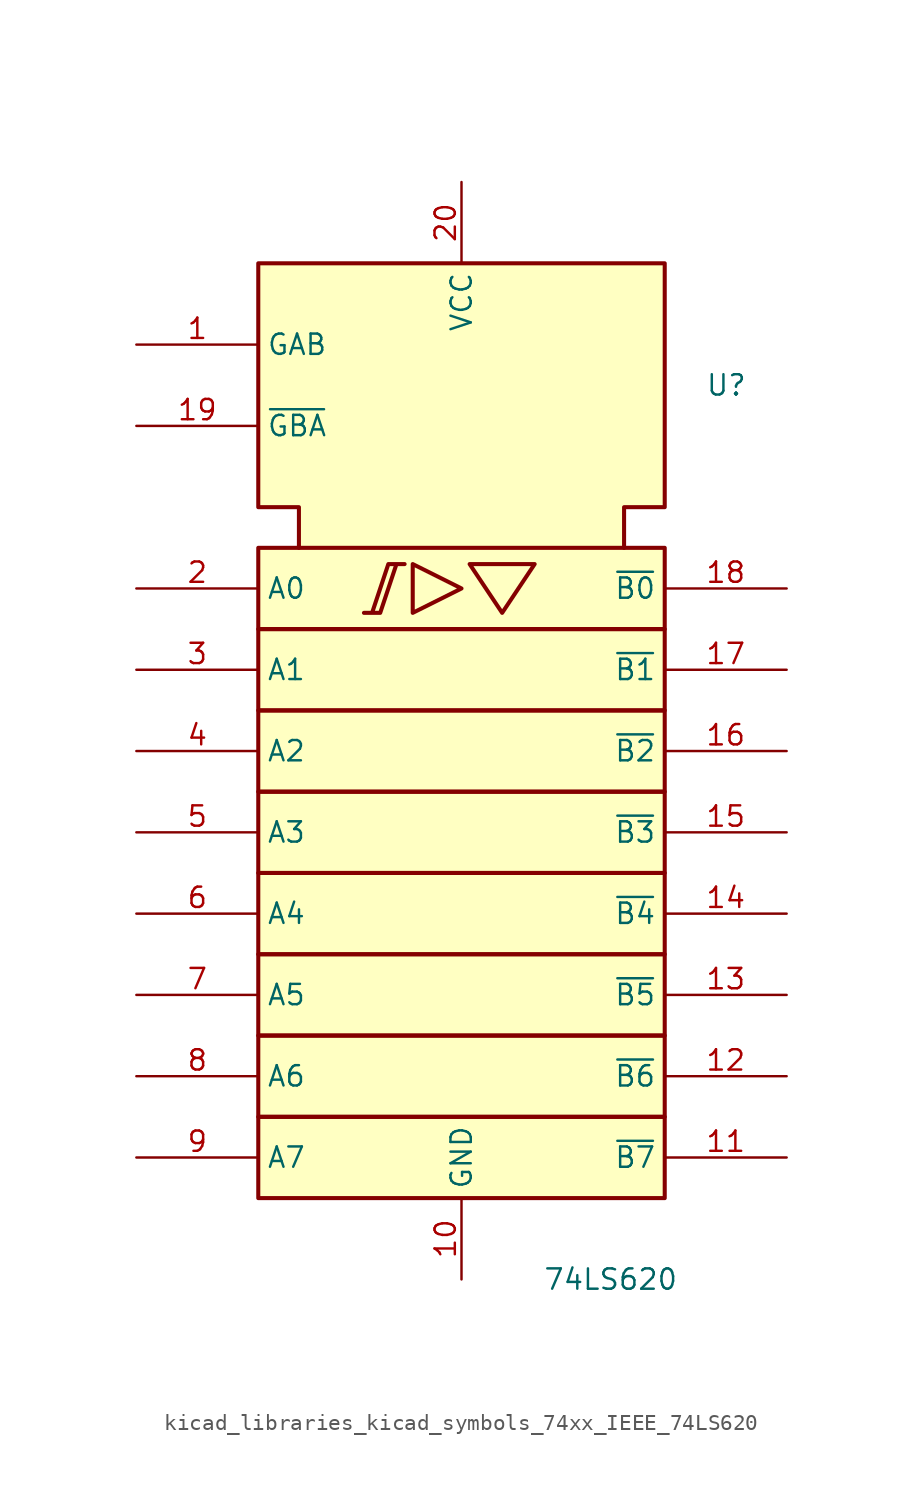
<source format=kicad_sym>
(kicad_symbol_lib
  (version 20220914)
  (generator kicad_symbol_editor)
  (symbol "kicad_libraries_kicad_symbols_74xx_IEEE_74LS620"
    (property "Reference" "U"
      (at 15.24 25.4 0)
      (effects (font (size 1.27 1.27)) (justify left)))
    (property "Value" "74LS620"
      (at 5.08 -30.48 0)
      (effects (font (size 1.27 1.27)) (justify left)))
    (symbol "kicad_libraries_kicad_symbols_74xx_IEEE_74LS620_0_0"
      (polyline (pts (xy -3.048 14.224) (xy -3.048 11.176) (xy 0 12.7) (xy -3.048 14.224) (xy -3.048 14.224)) (stroke (width 0.254) (type default)) (fill (type background)))
      (polyline (pts (xy 0.508 14.224) (xy 4.572 14.224) (xy 2.54 11.176) (xy 0.508 14.224) (xy 0.508 14.224)) (stroke (width 0.254) (type default)) (fill (type background)))
      (polyline (pts (xy -5.08 11.176) (xy -6.096 11.176) (xy -5.08 11.176) (xy -4.064 14.224) (xy -3.556 14.224) (xy -4.572 14.224) (xy -5.588 11.176) (xy -5.588 11.176)) (stroke (width 0.254) (type default)) (fill (type background)))
      (pin power_in line (at 0 -30.48 90) (length 5.08) (name "GND" (effects (font (size 1.27 1.27)))) (number "10" (effects (font (size 1.27 1.27)))))
      (pin power_in line (at 0 38.1 270) (length 5.08) (name "VCC" (effects (font (size 1.27 1.27)))) (number "20" (effects (font (size 1.27 1.27))))))
    (symbol "kicad_libraries_kicad_symbols_74xx_IEEE_74LS620_0_1"
      (rectangle (start -12.7 -20.32) (end 12.7 -25.4) (stroke (width 0.254) (type default)) (fill (type background)))
      (rectangle (start -12.7 -15.24) (end 12.7 -20.32) (stroke (width 0.254) (type default)) (fill (type background)))
      (rectangle (start -12.7 -10.16) (end 12.7 -15.24) (stroke (width 0.254) (type default)) (fill (type background)))
      (rectangle (start -12.7 -5.08) (end 12.7 -10.16) (stroke (width 0.254) (type default)) (fill (type background)))
      (rectangle (start -12.7 0) (end 12.7 -5.08) (stroke (width 0.254) (type default)) (fill (type background)))
      (rectangle (start -12.7 5.08) (end 12.7 0) (stroke (width 0.254) (type default)) (fill (type background)))
      (rectangle (start -12.7 10.16) (end 12.7 5.08) (stroke (width 0.254) (type default)) (fill (type background)))
      (rectangle (start -12.7 15.24) (end 12.7 10.16) (stroke (width 0.254) (type default)) (fill (type background)))
      (polyline (pts (xy -10.16 15.24) (xy -10.16 17.78) (xy -12.7 17.78) (xy -12.7 33.02) (xy 12.7 33.02) (xy 12.7 17.78) (xy 10.16 17.78) (xy 10.16 15.24) (xy 10.16 15.24)) (stroke (width 0.254) (type default)) (fill (type background))))
    (symbol "kicad_libraries_kicad_symbols_74xx_IEEE_74LS620_1_1"
      (pin input line (at -20.32 27.94 0) (length 7.62) (name "GAB" (effects (font (size 1.27 1.27)))) (number "1" (effects (font (size 1.27 1.27)))))
      (pin tri_state line (at 20.32 -22.86 180) (length 7.62) (name "~{B7}" (effects (font (size 1.27 1.27)))) (number "11" (effects (font (size 1.27 1.27)))))
      (pin tri_state line (at 20.32 -17.78 180) (length 7.62) (name "~{B6}" (effects (font (size 1.27 1.27)))) (number "12" (effects (font (size 1.27 1.27)))))
      (pin tri_state line (at 20.32 -12.7 180) (length 7.62) (name "~{B5}" (effects (font (size 1.27 1.27)))) (number "13" (effects (font (size 1.27 1.27)))))
      (pin tri_state line (at 20.32 -7.62 180) (length 7.62) (name "~{B4}" (effects (font (size 1.27 1.27)))) (number "14" (effects (font (size 1.27 1.27)))))
      (pin tri_state line (at 20.32 -2.54 180) (length 7.62) (name "~{B3}" (effects (font (size 1.27 1.27)))) (number "15" (effects (font (size 1.27 1.27)))))
      (pin tri_state line (at 20.32 2.54 180) (length 7.62) (name "~{B2}" (effects (font (size 1.27 1.27)))) (number "16" (effects (font (size 1.27 1.27)))))
      (pin tri_state line (at 20.32 7.62 180) (length 7.62) (name "~{B1}" (effects (font (size 1.27 1.27)))) (number "17" (effects (font (size 1.27 1.27)))))
      (pin tri_state line (at 20.32 12.7 180) (length 7.62) (name "~{B0}" (effects (font (size 1.27 1.27)))) (number "18" (effects (font (size 1.27 1.27)))))
      (pin input line (at -20.32 22.86 0) (length 7.62) (name "~{GBA}" (effects (font (size 1.27 1.27)))) (number "19" (effects (font (size 1.27 1.27)))))
      (pin tri_state line (at -20.32 12.7 0) (length 7.62) (name "A0" (effects (font (size 1.27 1.27)))) (number "2" (effects (font (size 1.27 1.27)))))
      (pin tri_state line (at -20.32 7.62 0) (length 7.62) (name "A1" (effects (font (size 1.27 1.27)))) (number "3" (effects (font (size 1.27 1.27)))))
      (pin tri_state line (at -20.32 2.54 0) (length 7.62) (name "A2" (effects (font (size 1.27 1.27)))) (number "4" (effects (font (size 1.27 1.27)))))
      (pin tri_state line (at -20.32 -2.54 0) (length 7.62) (name "A3" (effects (font (size 1.27 1.27)))) (number "5" (effects (font (size 1.27 1.27)))))
      (pin tri_state line (at -20.32 -7.62 0) (length 7.62) (name "A4" (effects (font (size 1.27 1.27)))) (number "6" (effects (font (size 1.27 1.27)))))
      (pin tri_state line (at -20.32 -12.7 0) (length 7.62) (name "A5" (effects (font (size 1.27 1.27)))) (number "7" (effects (font (size 1.27 1.27)))))
      (pin tri_state line (at -20.32 -17.78 0) (length 7.62) (name "A6" (effects (font (size 1.27 1.27)))) (number "8" (effects (font (size 1.27 1.27)))))
      (pin tri_state line (at -20.32 -22.86 0) (length 7.62) (name "A7" (effects (font (size 1.27 1.27)))) (number "9" (effects (font (size 1.27 1.27))))))))
</source>
